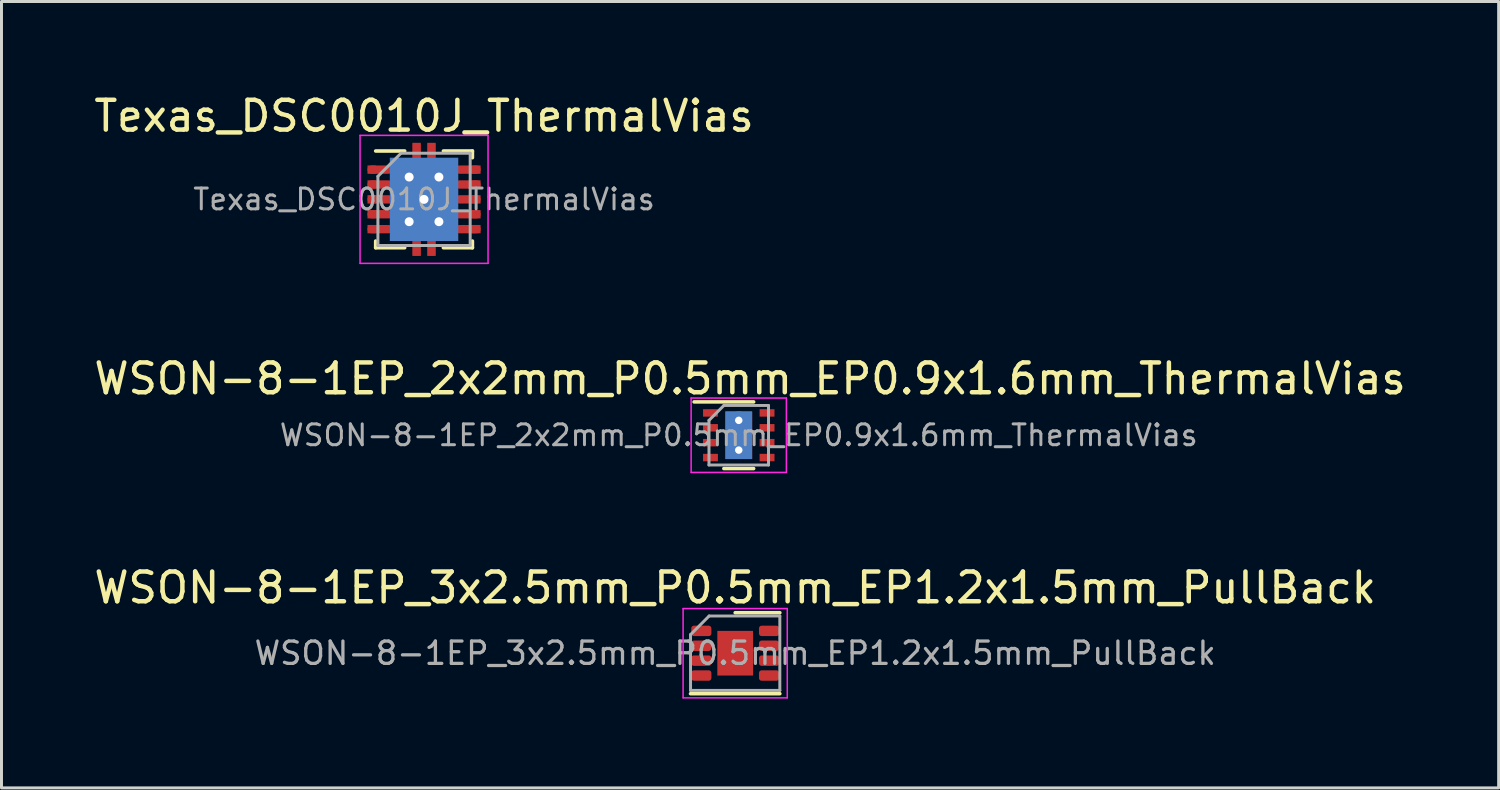
<source format=kicad_pcb>
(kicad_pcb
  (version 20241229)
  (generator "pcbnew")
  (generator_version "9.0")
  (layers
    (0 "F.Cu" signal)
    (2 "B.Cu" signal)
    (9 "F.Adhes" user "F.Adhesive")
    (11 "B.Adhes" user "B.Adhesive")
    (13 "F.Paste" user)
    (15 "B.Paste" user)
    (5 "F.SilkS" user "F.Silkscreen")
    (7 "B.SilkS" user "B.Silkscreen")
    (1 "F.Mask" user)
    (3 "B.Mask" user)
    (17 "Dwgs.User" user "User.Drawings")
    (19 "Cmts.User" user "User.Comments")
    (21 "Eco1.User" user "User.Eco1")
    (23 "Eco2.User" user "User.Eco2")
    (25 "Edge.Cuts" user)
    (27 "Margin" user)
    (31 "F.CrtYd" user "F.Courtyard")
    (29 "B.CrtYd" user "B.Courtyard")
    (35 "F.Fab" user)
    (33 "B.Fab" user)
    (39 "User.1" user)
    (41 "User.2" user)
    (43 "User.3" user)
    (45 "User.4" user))
  (footprint "WSON-8-1EP_2x2mm_P0.5mm_EP0.9x1.6mm_ThermalVias"
    (layer "F.Cu")
    (at 21.769 11.572)
    (property "Reference" "WSON-8-1EP_2x2mm_P0.5mm_EP0.9x1.6mm_ThermalVias" (at 0.38 -1.9 0) (layer "F.SilkS") (effects (font (size 1 1) (thickness 0.15))))
    (attr smd)
    (fp_line (start -1.5 -1.12) (end 0.5 -1.12) (stroke (width 0.12) (type solid)) (layer "F.SilkS"))
    (fp_line (start 0.5 1.12) (end -0.5 1.12) (stroke (width 0.12) (type solid)) (layer "F.SilkS"))
    (fp_line (start -1.6 -1.25) (end -1.6 1.25) (stroke (width 0.05) (type solid)) (layer "F.CrtYd"))
    (fp_line (start -1.6 -1.25) (end 1.6 -1.25) (stroke (width 0.05) (type solid)) (layer "F.CrtYd"))
    (fp_line (start -1.6 1.25) (end 1.6 1.25) (stroke (width 0.05) (type solid)) (layer "F.CrtYd"))
    (fp_line (start 1.6 -1.25) (end 1.6 1.25) (stroke (width 0.05) (type solid)) (layer "F.CrtYd"))
    (fp_line (start -1 1) (end -1 -0.5) (stroke (width 0.1) (type solid)) (layer "F.Fab"))
    (fp_line (start -0.5 -1) (end -1 -0.5) (stroke (width 0.1) (type solid)) (layer "F.Fab"))
    (fp_line (start -0.5 -1) (end 1 -1) (stroke (width 0.1) (type solid)) (layer "F.Fab"))
    (fp_line (start 1 -1) (end 1 1) (stroke (width 0.1) (type solid)) (layer "F.Fab"))
    (fp_line (start 1 1) (end -1 1) (stroke (width 0.1) (type solid)) (layer "F.Fab"))
    (fp_text user "${REFERENCE}" (at 0 0 0) (layer "F.Fab") (effects (font (size 0.7 0.7) (thickness 0.1))))
    (pad "" smd rect (at 0 -0.4) (size 0.75 0.65) (layers "F.Paste"))
    (pad "" smd rect (at 0 0.4) (size 0.75 0.65) (layers "F.Paste"))
    (pad "1" smd rect (at -0.95 -0.75) (size 0.5 0.25) (layers "F.Cu" "F.Mask" "F.Paste"))
    (pad "2" smd rect (at -0.95 -0.25) (size 0.5 0.25) (layers "F.Cu" "F.Mask" "F.Paste"))
    (pad "3" smd rect (at -0.95 0.25) (size 0.5 0.25) (layers "F.Cu" "F.Mask" "F.Paste"))
    (pad "4" smd rect (at -0.95 0.75) (size 0.5 0.25) (layers "F.Cu" "F.Mask" "F.Paste"))
    (pad "5" smd rect (at 0.95 0.75) (size 0.5 0.25) (layers "F.Cu" "F.Mask" "F.Paste"))
    (pad "6" smd rect (at 0.95 0.25) (size 0.5 0.25) (layers "F.Cu" "F.Mask" "F.Paste"))
    (pad "7" smd rect (at 0.95 -0.25) (size 0.5 0.25) (layers "F.Cu" "F.Mask" "F.Paste"))
    (pad "8" smd rect (at 0.95 -0.75) (size 0.5 0.25) (layers "F.Cu" "F.Mask" "F.Paste"))
    (pad "9" thru_hole circle (at 0 -0.5) (size 0.6 0.6) (drill 0.25) (layers "*.Cu"))
    (pad "9" smd rect (at 0 0) (size 0.9 1.6) (layers "F.Cu" "F.Mask"))
    (pad "9" smd rect (at 0 0) (size 0.9 1.6) (layers "B.Cu"))
    (pad "9" thru_hole circle (at 0 0.5) (size 0.6 0.6) (drill 0.25) (layers "*.Cu")))
  (footprint "Texas_DSC0010J_ThermalVias"
    (layer "F.Cu")
    (at 11.196 3.648)
    (property "Reference" "Texas_DSC0010J_ThermalVias" (at 0 -2.8 0) (layer "F.SilkS") (effects (font (size 1 1) (thickness 0.15))))
    (attr smd)
    (fp_line (start -1.625 -1.625) (end -0.65 -1.625) (stroke (width 0.12) (type solid)) (layer "F.SilkS"))
    (fp_line (start -1.625 1.625) (end -1.625 1.4) (stroke (width 0.12) (type solid)) (layer "F.SilkS"))
    (fp_line (start -1.625 1.625) (end -0.65 1.625) (stroke (width 0.12) (type solid)) (layer "F.SilkS"))
    (fp_line (start 0.65 -1.625) (end 1.625 -1.625) (stroke (width 0.12) (type solid)) (layer "F.SilkS"))
    (fp_line (start 0.65 1.625) (end 1.625 1.625) (stroke (width 0.12) (type solid)) (layer "F.SilkS"))
    (fp_line (start 1.625 -1.4) (end 1.625 -1.625) (stroke (width 0.12) (type solid)) (layer "F.SilkS"))
    (fp_line (start 1.625 1.4) (end 1.625 1.625) (stroke (width 0.12) (type solid)) (layer "F.SilkS"))
    (fp_line (start -2.15 -2.15) (end -2.15 2.15) (stroke (width 0.05) (type solid)) (layer "F.CrtYd"))
    (fp_line (start -2.15 -2.15) (end 2.15 -2.15) (stroke (width 0.05) (type solid)) (layer "F.CrtYd"))
    (fp_line (start -2.15 2.15) (end 2.15 2.15) (stroke (width 0.05) (type solid)) (layer "F.CrtYd"))
    (fp_line (start 2.15 -2.15) (end 2.15 2.15) (stroke (width 0.05) (type solid)) (layer "F.CrtYd"))
    (fp_line (start -1.55 1.55) (end -1.55 -0.775) (stroke (width 0.1) (type solid)) (layer "F.Fab"))
    (fp_line (start -0.775 -1.55) (end -1.55 -0.775) (stroke (width 0.1) (type solid)) (layer "F.Fab"))
    (fp_line (start -0.775 -1.55) (end 1.55 -1.55) (stroke (width 0.1) (type solid)) (layer "F.Fab"))
    (fp_line (start 1.55 -1.55) (end 1.55 1.55) (stroke (width 0.1) (type solid)) (layer "F.Fab"))
    (fp_line (start 1.55 1.55) (end -1.55 1.55) (stroke (width 0.1) (type solid)) (layer "F.Fab"))
    (fp_text user "${REFERENCE}" (at 0 0 0) (layer "F.Fab") (effects (font (size 0.7 0.7) (thickness 0.1))))
    (pad "1" smd rect (at -1.76 -1) (size 0.28 0.28) (layers "F.Cu" "F.Mask" "F.Paste"))
    (pad "1" smd oval (at -1.475 -1) (size 0.85 0.28) (layers "F.Cu" "F.Mask" "F.Paste"))
    (pad "2" smd rect (at -1.76 -0.5) (size 0.28 0.28) (layers "F.Cu" "F.Mask" "F.Paste"))
    (pad "2" smd oval (at -1.475 -0.5) (size 0.85 0.28) (layers "F.Cu" "F.Mask" "F.Paste"))
    (pad "3" smd rect (at -1.76 0) (size 0.28 0.28) (layers "F.Cu" "F.Mask" "F.Paste"))
    (pad "3" smd oval (at -1.475 0) (size 0.85 0.28) (layers "F.Cu" "F.Mask" "F.Paste"))
    (pad "4" smd rect (at -1.76 0.5) (size 0.28 0.28) (layers "F.Cu" "F.Mask" "F.Paste"))
    (pad "4" smd oval (at -1.475 0.5) (size 0.85 0.28) (layers "F.Cu" "F.Mask" "F.Paste"))
    (pad "5" smd rect (at -1.76 1) (size 0.28 0.28) (layers "F.Cu" "F.Mask" "F.Paste"))
    (pad "5" smd oval (at -1.475 1) (size 0.85 0.28) (layers "F.Cu" "F.Mask" "F.Paste"))
    (pad "6" smd oval (at 1.475 1) (size 0.85 0.28) (layers "F.Cu" "F.Mask" "F.Paste"))
    (pad "6" smd rect (at 1.76 1) (size 0.28 0.28) (layers "F.Cu" "F.Mask" "F.Paste"))
    (pad "7" smd oval (at 1.475 0.5) (size 0.85 0.28) (layers "F.Cu" "F.Mask" "F.Paste"))
    (pad "7" smd rect (at 1.76 0.5) (size 0.28 0.28) (layers "F.Cu" "F.Mask" "F.Paste"))
    (pad "8" smd oval (at 1.475 0) (size 0.85 0.28) (layers "F.Cu" "F.Mask" "F.Paste"))
    (pad "8" smd rect (at 1.76 0) (size 0.28 0.28) (layers "F.Cu" "F.Mask" "F.Paste"))
    (pad "9" smd oval (at 1.475 -0.5) (size 0.85 0.28) (layers "F.Cu" "F.Mask" "F.Paste"))
    (pad "9" smd rect (at 1.76 -0.5) (size 0.28 0.28) (layers "F.Cu" "F.Mask" "F.Paste"))
    (pad "10" smd oval (at 1.475 -1) (size 0.85 0.28) (layers "F.Cu" "F.Mask" "F.Paste"))
    (pad "10" smd rect (at 1.76 -1) (size 0.28 0.28) (layers "F.Cu" "F.Mask" "F.Paste"))
    (pad "11" thru_hole circle (at -0.5 -0.75) (size 0.6 0.6) (drill 0.3) (layers "*.Cu" "*.Mask"))
    (pad "11" thru_hole circle (at -0.5 0.75) (size 0.6 0.6) (drill 0.3) (layers "*.Cu" "*.Mask"))
    (pad "11" smd rect (at -0.45 -0.635) (size 0.68 1.05) (layers "F.Cu" "F.Mask" "F.Paste"))
    (pad "11" smd rect (at -0.45 0.635) (size 0.68 1.05) (layers "F.Cu" "F.Mask" "F.Paste"))
    (pad "11" smd rect (at -0.25 -1.63) (size 0.26 0.5) (layers "F.Cu" "F.Mask" "F.Paste"))
    (pad "11" smd rect (at -0.25 -1.55) (size 0.28 0.7) (layers "F.Cu" "F.Mask"))
    (pad "11" smd rect (at -0.25 1.55) (size 0.28 0.7) (layers "F.Cu" "F.Mask"))
    (pad "11" smd rect (at -0.25 1.63) (size 0.26 0.5) (layers "F.Cu" "F.Mask" "F.Paste"))
    (pad "11" thru_hole circle (at 0 0) (size 0.6 0.6) (drill 0.3) (layers "*.Cu" "*.Mask"))
    (pad "11" smd rect (at 0 0) (size 1.65 2.4) (layers "F.Cu" "F.Mask"))
    (pad "11" smd rect (at 0 0) (size 2.3 2.8) (layers "B.Cu"))
    (pad "11" smd rect (at 0.25 -1.63) (size 0.26 0.5) (layers "F.Cu" "F.Mask" "F.Paste"))
    (pad "11" smd rect (at 0.25 -1.55) (size 0.28 0.7) (layers "F.Cu" "F.Mask"))
    (pad "11" smd rect (at 0.25 1.55) (size 0.28 0.7) (layers "F.Cu" "F.Mask"))
    (pad "11" smd rect (at 0.25 1.63) (size 0.26 0.5) (layers "F.Cu" "F.Mask" "F.Paste"))
    (pad "11" smd rect (at 0.45 -0.635) (size 0.68 1.05) (layers "F.Cu" "F.Mask" "F.Paste"))
    (pad "11" smd rect (at 0.45 0.635) (size 0.68 1.05) (layers "F.Cu" "F.Mask" "F.Paste"))
    (pad "11" thru_hole circle (at 0.5 -0.75) (size 0.6 0.6) (drill 0.3) (layers "*.Cu" "*.Mask"))
    (pad "11" thru_hole circle (at 0.5 0.75) (size 0.6 0.6) (drill 0.3) (layers "*.Cu" "*.Mask")))
  (footprint "WSON-8-1EP_3x2.5mm_P0.5mm_EP1.2x1.5mm_PullBack"
    (layer "F.Cu")
    (at 21.649 18.895)
    (property "Reference" "WSON-8-1EP_3x2.5mm_P0.5mm_EP1.2x1.5mm_PullBack" (at 0 -2.2 0) (layer "F.SilkS") (effects (font (size 1 1) (thickness 0.15))))
    (attr smd)
    (fp_line (start -1.5 1.36) (end 1.5 1.36) (stroke (width 0.12) (type solid)) (layer "F.SilkS"))
    (fp_line (start 0 -1.36) (end 1.5 -1.36) (stroke (width 0.12) (type solid)) (layer "F.SilkS"))
    (fp_line (start -1.75 -1.5) (end -1.75 1.5) (stroke (width 0.05) (type solid)) (layer "F.CrtYd"))
    (fp_line (start -1.75 1.5) (end 1.75 1.5) (stroke (width 0.05) (type solid)) (layer "F.CrtYd"))
    (fp_line (start 1.75 -1.5) (end -1.75 -1.5) (stroke (width 0.05) (type solid)) (layer "F.CrtYd"))
    (fp_line (start 1.75 1.5) (end 1.75 -1.5) (stroke (width 0.05) (type solid)) (layer "F.CrtYd"))
    (fp_line (start -1.5 -0.625) (end -0.875 -1.25) (stroke (width 0.1) (type solid)) (layer "F.Fab"))
    (fp_line (start -1.5 1.25) (end -1.5 -0.625) (stroke (width 0.1) (type solid)) (layer "F.Fab"))
    (fp_line (start -0.875 -1.25) (end 1.5 -1.25) (stroke (width 0.1) (type solid)) (layer "F.Fab"))
    (fp_line (start 1.5 -1.25) (end 1.5 1.25) (stroke (width 0.1) (type solid)) (layer "F.Fab"))
    (fp_line (start 1.5 1.25) (end -1.5 1.25) (stroke (width 0.1) (type solid)) (layer "F.Fab"))
    (fp_text user "${REFERENCE}" (at 0 0 0) (layer "F.Fab") (effects (font (size 0.75 0.75) (thickness 0.11))))
    (pad "" smd roundrect (at -0.3 -0.375) (size 0.48 0.6) (layers "F.Paste") (roundrect_rratio 0.25))
    (pad "" smd roundrect (at -0.3 0.375) (size 0.48 0.6) (layers "F.Paste") (roundrect_rratio 0.25))
    (pad "" smd roundrect (at 0.3 -0.375) (size 0.48 0.6) (layers "F.Paste") (roundrect_rratio 0.25))
    (pad "" smd roundrect (at 0.3 0.375) (size 0.48 0.6) (layers "F.Paste") (roundrect_rratio 0.25))
    (pad "1" smd roundrect (at -1.137 -0.75) (size 0.675 0.35) (layers "F.Cu" "F.Mask" "F.Paste") (roundrect_rratio 0.25))
    (pad "2" smd roundrect (at -1.137 -0.25) (size 0.675 0.35) (layers "F.Cu" "F.Mask" "F.Paste") (roundrect_rratio 0.25))
    (pad "3" smd roundrect (at -1.137 0.25) (size 0.675 0.35) (layers "F.Cu" "F.Mask" "F.Paste") (roundrect_rratio 0.25))
    (pad "4" smd roundrect (at -1.137 0.75) (size 0.675 0.35) (layers "F.Cu" "F.Mask" "F.Paste") (roundrect_rratio 0.25))
    (pad "5" smd roundrect (at 1.137 0.75) (size 0.675 0.35) (layers "F.Cu" "F.Mask" "F.Paste") (roundrect_rratio 0.25))
    (pad "6" smd roundrect (at 1.137 0.25) (size 0.675 0.35) (layers "F.Cu" "F.Mask" "F.Paste") (roundrect_rratio 0.25))
    (pad "7" smd roundrect (at 1.137 -0.25) (size 0.675 0.35) (layers "F.Cu" "F.Mask" "F.Paste") (roundrect_rratio 0.25))
    (pad "8" smd roundrect (at 1.137 -0.75) (size 0.675 0.35) (layers "F.Cu" "F.Mask" "F.Paste") (roundrect_rratio 0.25))
    (pad "9" smd rect (at 0 0) (size 1.2 1.5) (layers "F.Cu" "F.Mask")))
  (gr_rect
    (start -3 -3)
    (end 47.298 23.42)
    (stroke (width 0.1) (type default))
    (fill no)
    (layer "Edge.Cuts")))
</source>
